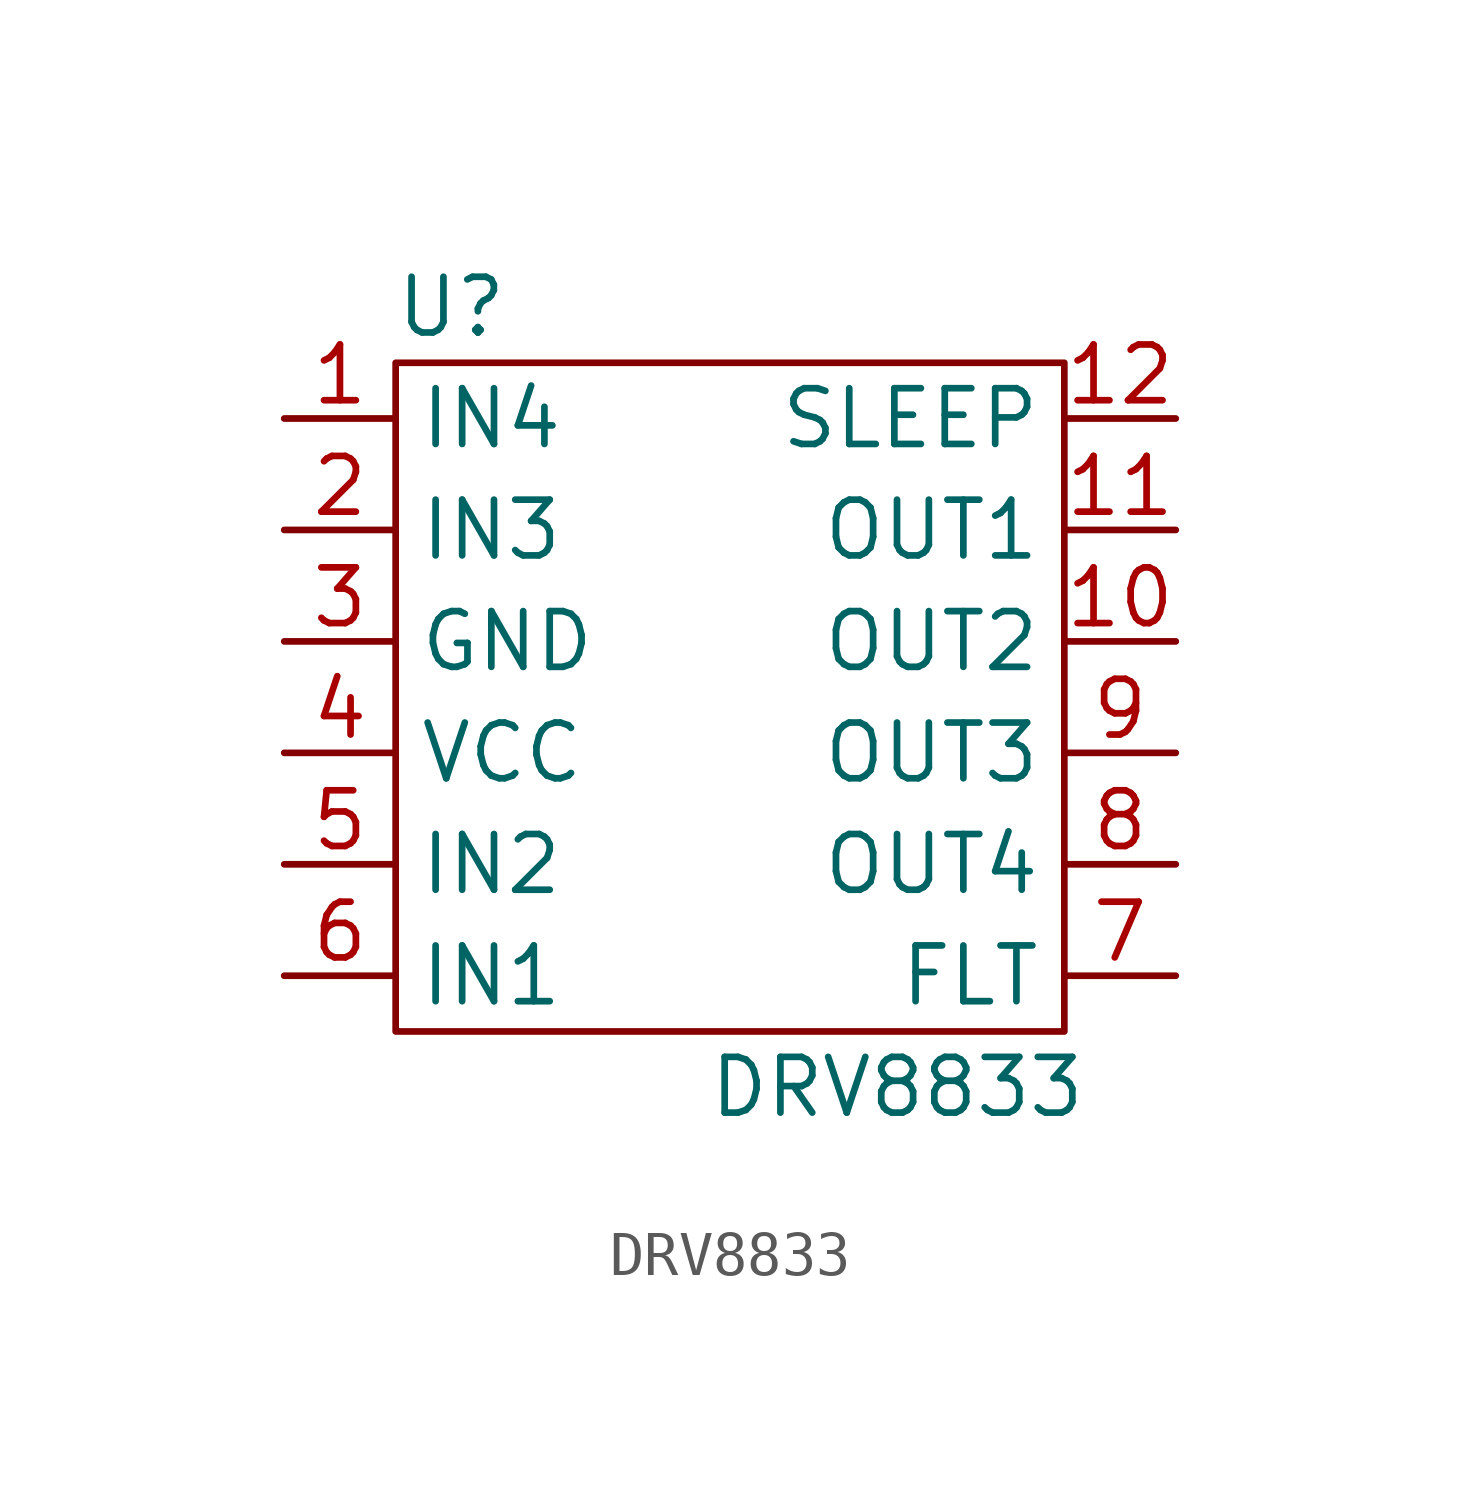
<source format=kicad_sym>
(kicad_symbol_lib
  (version 20211014)
  (generator kicad_symbol_editor)
  (symbol "DRV8833"
    (property "Reference" "U"
      (at -6.35 7.62 0)
      (effects (font (size 1.27 1.27))))
    (property "Value" "DRV8833"
      (at 3.81 -10.16 0)
      (effects (font (size 1.27 1.27))))
    (symbol "DRV8833_0_1"
      (rectangle (start -7.62 6.35) (end 7.62 -8.89) (stroke (width 0.152) (type default) (color 0 0 0 0)) (fill (type none))))
    (symbol "DRV8833_1_1"
      (pin input line (at -10.16 5.08 0) (length 2.54) (name "IN4" (effects (font (size 1.27 1.27)))) (number "1" (effects (font (size 1.27 1.27)))))
      (pin output line (at 10.16 0 180) (length 2.54) (name "OUT2" (effects (font (size 1.27 1.27)))) (number "10" (effects (font (size 1.27 1.27)))))
      (pin output line (at 10.16 2.54 180) (length 2.54) (name "OUT1" (effects (font (size 1.27 1.27)))) (number "11" (effects (font (size 1.27 1.27)))))
      (pin input line (at 10.16 5.08 180) (length 2.54) (name "SLEEP" (effects (font (size 1.27 1.27)))) (number "12" (effects (font (size 1.27 1.27)))))
      (pin input line (at -10.16 2.54 0) (length 2.54) (name "IN3" (effects (font (size 1.27 1.27)))) (number "2" (effects (font (size 1.27 1.27)))))
      (pin power_in line (at -10.16 0 0) (length 2.54) (name "GND" (effects (font (size 1.27 1.27)))) (number "3" (effects (font (size 1.27 1.27)))))
      (pin power_in line (at -10.16 -2.54 0) (length 2.54) (name "VCC" (effects (font (size 1.27 1.27)))) (number "4" (effects (font (size 1.27 1.27)))))
      (pin input line (at -10.16 -5.08 0) (length 2.54) (name "IN2" (effects (font (size 1.27 1.27)))) (number "5" (effects (font (size 1.27 1.27)))))
      (pin input line (at -10.16 -7.62 0) (length 2.54) (name "IN1" (effects (font (size 1.27 1.27)))) (number "6" (effects (font (size 1.27 1.27)))))
      (pin output line (at 10.16 -7.62 180) (length 2.54) (name "FLT" (effects (font (size 1.27 1.27)))) (number "7" (effects (font (size 1.27 1.27)))))
      (pin output line (at 10.16 -5.08 180) (length 2.54) (name "OUT4" (effects (font (size 1.27 1.27)))) (number "8" (effects (font (size 1.27 1.27)))))
      (pin output line (at 10.16 -2.54 180) (length 2.54) (name "OUT3" (effects (font (size 1.27 1.27)))) (number "9" (effects (font (size 1.27 1.27))))))))
</source>
